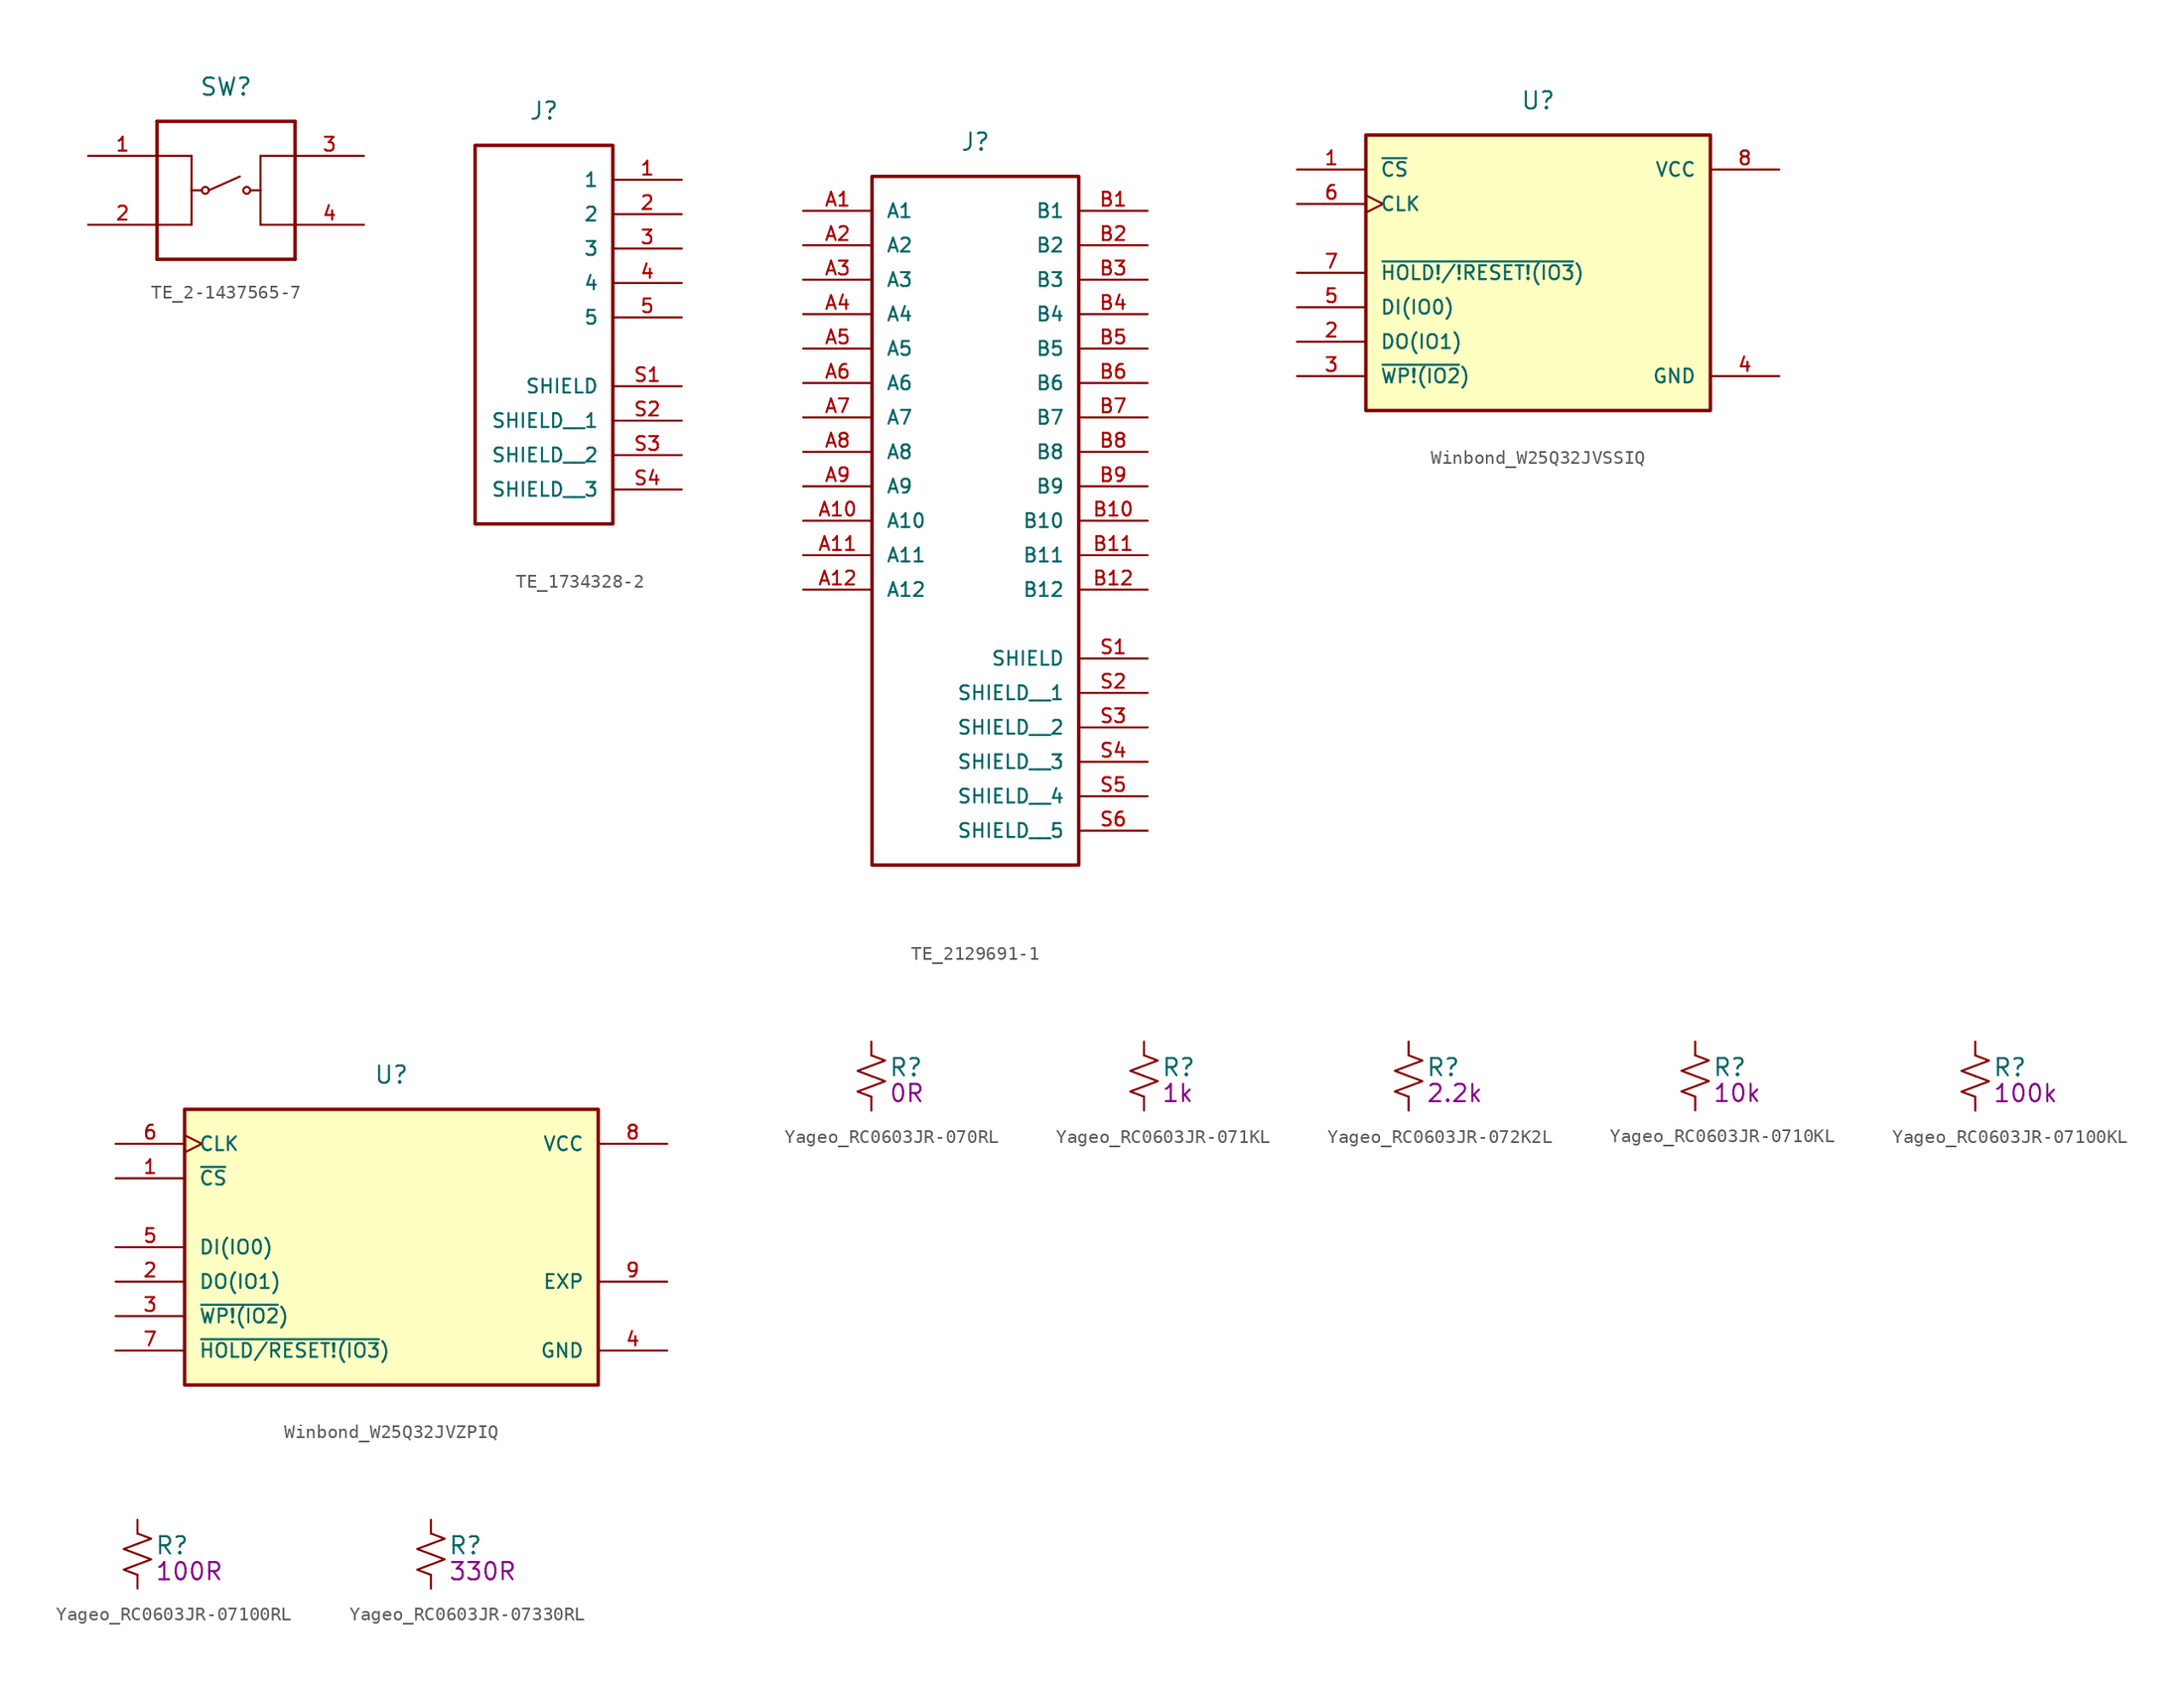
<source format=kicad_sym>
(kicad_symbol_lib
  (version 20201005)
  (generator kicad_symbol_editor)
  (symbol "Flying_Camp_Design:TE_2-1437565-7"
    (pin_names
      (offset 1.016) hide)
    (property "Reference" "SW"
      (at 0 7.62 0)
      (effects (font (size 1.27 1.27))))
    (symbol "TE_2-1437565-7_0_0"
      (circle (center -1.524 0) (radius 0.254) (stroke (width 0.152)) (fill (type none)))
      (circle (center 1.524 0) (radius 0.254) (stroke (width 0.152)) (fill (type none)))
      (polyline (pts (xy -5.08 -5.08) (xy -5.08 -2.54)) (stroke (width 0.254)) (fill (type none)))
      (polyline (pts (xy -5.08 -2.54) (xy -5.08 2.54)) (stroke (width 0.254)) (fill (type none)))
      (polyline (pts (xy -5.08 2.54) (xy -5.08 5.08)) (stroke (width 0.254)) (fill (type none)))
      (polyline (pts (xy -5.08 2.54) (xy -2.54 2.54)) (stroke (width 0.152)) (fill (type none)))
      (polyline (pts (xy -5.08 5.08) (xy 5.08 5.08)) (stroke (width 0.254)) (fill (type none)))
      (polyline (pts (xy -2.54 -2.54) (xy -5.08 -2.54)) (stroke (width 0.152)) (fill (type none)))
      (polyline (pts (xy -2.54 0) (xy -2.54 -2.54)) (stroke (width 0.152)) (fill (type none)))
      (polyline (pts (xy -2.54 0) (xy -1.778 0)) (stroke (width 0.152)) (fill (type none)))
      (polyline (pts (xy -2.54 2.54) (xy -2.54 0)) (stroke (width 0.152)) (fill (type none)))
      (polyline (pts (xy -1.27 0) (xy 1.016 1.016)) (stroke (width 0.152)) (fill (type none)))
      (polyline (pts (xy 2.54 -2.54) (xy 5.08 -2.54)) (stroke (width 0.152)) (fill (type none)))
      (polyline (pts (xy 2.54 0) (xy 1.778 0)) (stroke (width 0.152)) (fill (type none)))
      (polyline (pts (xy 2.54 0) (xy 2.54 -2.54)) (stroke (width 0.152)) (fill (type none)))
      (polyline (pts (xy 2.54 2.54) (xy 2.54 0)) (stroke (width 0.152)) (fill (type none)))
      (polyline (pts (xy 5.08 -5.08) (xy -5.08 -5.08)) (stroke (width 0.254)) (fill (type none)))
      (polyline (pts (xy 5.08 -2.54) (xy 5.08 -5.08)) (stroke (width 0.254)) (fill (type none)))
      (polyline (pts (xy 5.08 2.54) (xy 2.54 2.54)) (stroke (width 0.152)) (fill (type none)))
      (polyline (pts (xy 5.08 2.54) (xy 5.08 -2.54)) (stroke (width 0.254)) (fill (type none)))
      (polyline (pts (xy 5.08 5.08) (xy 5.08 2.54)) (stroke (width 0.254)) (fill (type none)))
      (pin passive line (at -10.16 2.54 0) (length 5.08) (name "1" (effects (font (size 1.016 1.016)))) (number "1" (effects (font (size 1.016 1.016)))))
      (pin passive line (at -10.16 -2.54 0) (length 5.08) (name "2" (effects (font (size 1.016 1.016)))) (number "2" (effects (font (size 1.016 1.016)))))
      (pin passive line (at 10.16 2.54 180) (length 5.08) (name "3" (effects (font (size 1.016 1.016)))) (number "3" (effects (font (size 1.016 1.016)))))
      (pin passive line (at 10.16 -2.54 180) (length 5.08) (name "4" (effects (font (size 1.016 1.016)))) (number "4" (effects (font (size 1.016 1.016)))))))
  (symbol "Flying_Camp_Design:TE_1734328-2"
    (pin_names
      (offset 1.016))
    (property "Reference" "J"
      (at 0 12.7 0)
      (effects (font (size 1.27 1.27))))
    (symbol "TE_1734328-2_0_0"
      (pin passive line (at 10.16 7.62 180) (length 5.08) (name "1" (effects (font (size 1.016 1.016)))) (number "1" (effects (font (size 1.016 1.016)))))
      (pin passive line (at 10.16 5.08 180) (length 5.08) (name "2" (effects (font (size 1.016 1.016)))) (number "2" (effects (font (size 1.016 1.016)))))
      (pin passive line (at 10.16 2.54 180) (length 5.08) (name "3" (effects (font (size 1.016 1.016)))) (number "3" (effects (font (size 1.016 1.016)))))
      (pin passive line (at 10.16 0 180) (length 5.08) (name "4" (effects (font (size 1.016 1.016)))) (number "4" (effects (font (size 1.016 1.016)))))
      (pin passive line (at 10.16 -2.54 180) (length 5.08) (name "5" (effects (font (size 1.016 1.016)))) (number "5" (effects (font (size 1.016 1.016)))))
      (pin passive line (at 10.16 -7.62 180) (length 5.08) (name "SHIELD" (effects (font (size 1.016 1.016)))) (number "S1" (effects (font (size 1.016 1.016)))))
      (pin passive line (at 10.16 -10.16 180) (length 5.08) (name "SHIELD__1" (effects (font (size 1.016 1.016)))) (number "S2" (effects (font (size 1.016 1.016)))))
      (pin passive line (at 10.16 -12.7 180) (length 5.08) (name "SHIELD__2" (effects (font (size 1.016 1.016)))) (number "S3" (effects (font (size 1.016 1.016)))))
      (pin passive line (at 10.16 -15.24 180) (length 5.08) (name "SHIELD__3" (effects (font (size 1.016 1.016)))) (number "S4" (effects (font (size 1.016 1.016))))))
    (symbol "TE_1734328-2_0_1"
      (rectangle (start -5.08 10.16) (end 5.08 -17.78) (stroke (width 0.254)) (fill (type none)))))
  (symbol "Flying_Camp_Design:TE_2129691-1"
    (pin_names
      (offset 1.016))
    (property "Reference" "J"
      (at 0 22.86 0)
      (effects (font (size 1.27 1.27))))
    (symbol "TE_2129691-1_0_0"
      (pin passive line (at -12.7 17.78 0) (length 5.08) (name "A1" (effects (font (size 1.016 1.016)))) (number "A1" (effects (font (size 1.016 1.016)))))
      (pin passive line (at -12.7 -5.08 0) (length 5.08) (name "A10" (effects (font (size 1.016 1.016)))) (number "A10" (effects (font (size 1.016 1.016)))))
      (pin passive line (at -12.7 -7.62 0) (length 5.08) (name "A11" (effects (font (size 1.016 1.016)))) (number "A11" (effects (font (size 1.016 1.016)))))
      (pin passive line (at -12.7 -10.16 0) (length 5.08) (name "A12" (effects (font (size 1.016 1.016)))) (number "A12" (effects (font (size 1.016 1.016)))))
      (pin passive line (at -12.7 15.24 0) (length 5.08) (name "A2" (effects (font (size 1.016 1.016)))) (number "A2" (effects (font (size 1.016 1.016)))))
      (pin passive line (at -12.7 12.7 0) (length 5.08) (name "A3" (effects (font (size 1.016 1.016)))) (number "A3" (effects (font (size 1.016 1.016)))))
      (pin passive line (at -12.7 10.16 0) (length 5.08) (name "A4" (effects (font (size 1.016 1.016)))) (number "A4" (effects (font (size 1.016 1.016)))))
      (pin passive line (at -12.7 7.62 0) (length 5.08) (name "A5" (effects (font (size 1.016 1.016)))) (number "A5" (effects (font (size 1.016 1.016)))))
      (pin passive line (at -12.7 5.08 0) (length 5.08) (name "A6" (effects (font (size 1.016 1.016)))) (number "A6" (effects (font (size 1.016 1.016)))))
      (pin passive line (at -12.7 2.54 0) (length 5.08) (name "A7" (effects (font (size 1.016 1.016)))) (number "A7" (effects (font (size 1.016 1.016)))))
      (pin passive line (at -12.7 0 0) (length 5.08) (name "A8" (effects (font (size 1.016 1.016)))) (number "A8" (effects (font (size 1.016 1.016)))))
      (pin passive line (at -12.7 -2.54 0) (length 5.08) (name "A9" (effects (font (size 1.016 1.016)))) (number "A9" (effects (font (size 1.016 1.016)))))
      (pin passive line (at 12.7 17.78 180) (length 5.08) (name "B1" (effects (font (size 1.016 1.016)))) (number "B1" (effects (font (size 1.016 1.016)))))
      (pin passive line (at 12.7 -5.08 180) (length 5.08) (name "B10" (effects (font (size 1.016 1.016)))) (number "B10" (effects (font (size 1.016 1.016)))))
      (pin passive line (at 12.7 -7.62 180) (length 5.08) (name "B11" (effects (font (size 1.016 1.016)))) (number "B11" (effects (font (size 1.016 1.016)))))
      (pin passive line (at 12.7 -10.16 180) (length 5.08) (name "B12" (effects (font (size 1.016 1.016)))) (number "B12" (effects (font (size 1.016 1.016)))))
      (pin passive line (at 12.7 15.24 180) (length 5.08) (name "B2" (effects (font (size 1.016 1.016)))) (number "B2" (effects (font (size 1.016 1.016)))))
      (pin passive line (at 12.7 12.7 180) (length 5.08) (name "B3" (effects (font (size 1.016 1.016)))) (number "B3" (effects (font (size 1.016 1.016)))))
      (pin passive line (at 12.7 10.16 180) (length 5.08) (name "B4" (effects (font (size 1.016 1.016)))) (number "B4" (effects (font (size 1.016 1.016)))))
      (pin passive line (at 12.7 7.62 180) (length 5.08) (name "B5" (effects (font (size 1.016 1.016)))) (number "B5" (effects (font (size 1.016 1.016)))))
      (pin passive line (at 12.7 5.08 180) (length 5.08) (name "B6" (effects (font (size 1.016 1.016)))) (number "B6" (effects (font (size 1.016 1.016)))))
      (pin passive line (at 12.7 2.54 180) (length 5.08) (name "B7" (effects (font (size 1.016 1.016)))) (number "B7" (effects (font (size 1.016 1.016)))))
      (pin passive line (at 12.7 0 180) (length 5.08) (name "B8" (effects (font (size 1.016 1.016)))) (number "B8" (effects (font (size 1.016 1.016)))))
      (pin passive line (at 12.7 -2.54 180) (length 5.08) (name "B9" (effects (font (size 1.016 1.016)))) (number "B9" (effects (font (size 1.016 1.016)))))
      (pin passive line (at 12.7 -15.24 180) (length 5.08) (name "SHIELD" (effects (font (size 1.016 1.016)))) (number "S1" (effects (font (size 1.016 1.016)))))
      (pin passive line (at 12.7 -17.78 180) (length 5.08) (name "SHIELD__1" (effects (font (size 1.016 1.016)))) (number "S2" (effects (font (size 1.016 1.016)))))
      (pin passive line (at 12.7 -20.32 180) (length 5.08) (name "SHIELD__2" (effects (font (size 1.016 1.016)))) (number "S3" (effects (font (size 1.016 1.016)))))
      (pin passive line (at 12.7 -22.86 180) (length 5.08) (name "SHIELD__3" (effects (font (size 1.016 1.016)))) (number "S4" (effects (font (size 1.016 1.016)))))
      (pin passive line (at 12.7 -25.4 180) (length 5.08) (name "SHIELD__4" (effects (font (size 1.016 1.016)))) (number "S5" (effects (font (size 1.016 1.016)))))
      (pin passive line (at 12.7 -27.94 180) (length 5.08) (name "SHIELD__5" (effects (font (size 1.016 1.016)))) (number "S6" (effects (font (size 1.016 1.016))))))
    (symbol "TE_2129691-1_0_1"
      (rectangle (start -7.62 20.32) (end 7.62 -30.48) (stroke (width 0.254)) (fill (type none)))))
  (symbol "Flying_Camp_Design:Winbond_W25Q32JVSSIQ"
    (pin_names
      (offset 1.016))
    (property "Reference" "U"
      (at 0 12.7 0)
      (effects (font (size 1.27 1.27))))
    (symbol "Winbond_W25Q32JVSSIQ_0_0"
      (pin input line (at -17.78 7.62 0) (length 5.08) (name "~CS~" (effects (font (size 1.016 1.016)))) (number "1" (effects (font (size 1.016 1.016)))))
      (pin bidirectional line (at -17.78 -5.08 0) (length 5.08) (name "DO(IO1)" (effects (font (size 1.016 1.016)))) (number "2" (effects (font (size 1.016 1.016)))))
      (pin bidirectional line (at -17.78 -7.62 0) (length 5.08) (name "~WP!(IO2)~" (effects (font (size 1.016 1.016)))) (number "3" (effects (font (size 1.016 1.016)))))
      (pin power_in line (at 17.78 -7.62 180) (length 5.08) (name "GND" (effects (font (size 1.016 1.016)))) (number "4" (effects (font (size 1.016 1.016)))))
      (pin bidirectional line (at -17.78 -2.54 0) (length 5.08) (name "DI(IO0)" (effects (font (size 1.016 1.016)))) (number "5" (effects (font (size 1.016 1.016)))))
      (pin input clock (at -17.78 5.08 0) (length 5.08) (name "CLK" (effects (font (size 1.016 1.016)))) (number "6" (effects (font (size 1.016 1.016)))))
      (pin bidirectional line (at -17.78 0 0) (length 5.08) (name "~HOLD!/!RESET!(IO3)~" (effects (font (size 1.016 1.016)))) (number "7" (effects (font (size 1.016 1.016)))))
      (pin power_in line (at 17.78 7.62 180) (length 5.08) (name "VCC" (effects (font (size 1.016 1.016)))) (number "8" (effects (font (size 1.016 1.016))))))
    (symbol "Winbond_W25Q32JVSSIQ_1_1"
      (rectangle (start -12.7 10.16) (end 12.7 -10.16) (stroke (width 0.254)) (fill (type background)))))
  (symbol "Flying_Camp_Design:Winbond_W25Q32JVZPIQ"
    (pin_names
      (offset 1.016))
    (property "Reference" "U"
      (at 0 12.7 0)
      (effects (font (size 1.27 1.27))))
    (symbol "Winbond_W25Q32JVZPIQ_0_0"
      (pin input line (at -20.32 5.08 0) (length 5.08) (name "~CS~" (effects (font (size 1.016 1.016)))) (number "1" (effects (font (size 1.016 1.016)))))
      (pin bidirectional line (at -20.32 -2.54 0) (length 5.08) (name "DO(IO1)" (effects (font (size 1.016 1.016)))) (number "2" (effects (font (size 1.016 1.016)))))
      (pin bidirectional line (at -20.32 -5.08 0) (length 5.08) (name "~WP!(IO2)~" (effects (font (size 1.016 1.016)))) (number "3" (effects (font (size 1.016 1.016)))))
      (pin power_in line (at 20.32 -7.62 180) (length 5.08) (name "GND" (effects (font (size 1.016 1.016)))) (number "4" (effects (font (size 1.016 1.016)))))
      (pin bidirectional line (at -20.32 0 0) (length 5.08) (name "DI(IO0)" (effects (font (size 1.016 1.016)))) (number "5" (effects (font (size 1.016 1.016)))))
      (pin input clock (at -20.32 7.62 0) (length 5.08) (name "CLK" (effects (font (size 1.016 1.016)))) (number "6" (effects (font (size 1.016 1.016)))))
      (pin bidirectional line (at -20.32 -7.62 0) (length 5.08) (name "~HOLD/RESET!(IO3)~" (effects (font (size 1.016 1.016)))) (number "7" (effects (font (size 1.016 1.016)))))
      (pin power_in line (at 20.32 7.62 180) (length 5.08) (name "VCC" (effects (font (size 1.016 1.016)))) (number "8" (effects (font (size 1.016 1.016)))))
      (pin passive line (at 20.32 -2.54 180) (length 5.08) (name "EXP" (effects (font (size 1.016 1.016)))) (number "9" (effects (font (size 1.016 1.016))))))
    (symbol "Winbond_W25Q32JVZPIQ_1_1"
      (rectangle (start -15.24 10.16) (end 15.24 -10.16) (stroke (width 0.254)) (fill (type background)))))
  (symbol "Flying_Camp_Design:Yageo_RC0603JR-070RL"
    (pin_numbers hide)
    (pin_names
      (offset 0.254) hide)
    (property "Reference" "R"
      (at 1.27 0.635 0)
      (effects (font (size 1.27 1.27)) (justify left)))
    (property "Resistance" "0R"
      (at 1.27 -1.27 0)
      (effects (font (size 1.27 1.27)) (justify left)))
    (symbol "Yageo_RC0603JR-070RL_1_1"
      (polyline (pts (xy 0 0) (xy 1.016 -0.381) (xy 0 -0.762) (xy -1.016 -1.143) (xy 0 -1.524)) (stroke (width 0)) (fill (type none)))
      (polyline (pts (xy 0 1.524) (xy 1.016 1.143) (xy 0 0.762) (xy -1.016 0.381) (xy 0 0)) (stroke (width 0)) (fill (type none)))
      (pin passive line (at 0 2.54 270) (length 1.016) (name "~" (effects (font (size 1.27 1.27)))) (number "1" (effects (font (size 1.27 1.27)))))
      (pin passive line (at 0 -2.54 90) (length 1.016) (name "~" (effects (font (size 1.27 1.27)))) (number "2" (effects (font (size 1.27 1.27)))))))
  (symbol "Flying_Camp_Design:Yageo_RC0603JR-071KL"
    (pin_numbers hide)
    (pin_names
      (offset 0.254) hide)
    (property "Reference" "R"
      (at 1.27 0.635 0)
      (effects (font (size 1.27 1.27)) (justify left)))
    (property "Resistance" "1k"
      (at 1.27 -1.27 0)
      (effects (font (size 1.27 1.27)) (justify left)))
    (symbol "Yageo_RC0603JR-071KL_1_1"
      (polyline (pts (xy 0 0) (xy 1.016 -0.381) (xy 0 -0.762) (xy -1.016 -1.143) (xy 0 -1.524)) (stroke (width 0)) (fill (type none)))
      (polyline (pts (xy 0 1.524) (xy 1.016 1.143) (xy 0 0.762) (xy -1.016 0.381) (xy 0 0)) (stroke (width 0)) (fill (type none)))
      (pin passive line (at 0 2.54 270) (length 1.016) (name "~" (effects (font (size 1.27 1.27)))) (number "1" (effects (font (size 1.27 1.27)))))
      (pin passive line (at 0 -2.54 90) (length 1.016) (name "~" (effects (font (size 1.27 1.27)))) (number "2" (effects (font (size 1.27 1.27)))))))
  (symbol "Flying_Camp_Design:Yageo_RC0603JR-072K2L"
    (pin_numbers hide)
    (pin_names
      (offset 0.254) hide)
    (property "Reference" "R"
      (at 1.27 0.635 0)
      (effects (font (size 1.27 1.27)) (justify left)))
    (property "Resistance" "2.2k"
      (at 1.27 -1.27 0)
      (effects (font (size 1.27 1.27)) (justify left)))
    (symbol "Yageo_RC0603JR-072K2L_1_1"
      (polyline (pts (xy 0 0) (xy 1.016 -0.381) (xy 0 -0.762) (xy -1.016 -1.143) (xy 0 -1.524)) (stroke (width 0)) (fill (type none)))
      (polyline (pts (xy 0 1.524) (xy 1.016 1.143) (xy 0 0.762) (xy -1.016 0.381) (xy 0 0)) (stroke (width 0)) (fill (type none)))
      (pin passive line (at 0 2.54 270) (length 1.016) (name "~" (effects (font (size 1.27 1.27)))) (number "1" (effects (font (size 1.27 1.27)))))
      (pin passive line (at 0 -2.54 90) (length 1.016) (name "~" (effects (font (size 1.27 1.27)))) (number "2" (effects (font (size 1.27 1.27)))))))
  (symbol "Flying_Camp_Design:Yageo_RC0603JR-0710KL"
    (pin_numbers hide)
    (pin_names
      (offset 0.254) hide)
    (property "Reference" "R"
      (at 1.27 0.635 0)
      (effects (font (size 1.27 1.27)) (justify left)))
    (property "Resistance" "10k"
      (at 1.27 -1.27 0)
      (effects (font (size 1.27 1.27)) (justify left)))
    (symbol "Yageo_RC0603JR-0710KL_1_1"
      (polyline (pts (xy 0 0) (xy 1.016 -0.381) (xy 0 -0.762) (xy -1.016 -1.143) (xy 0 -1.524)) (stroke (width 0)) (fill (type none)))
      (polyline (pts (xy 0 1.524) (xy 1.016 1.143) (xy 0 0.762) (xy -1.016 0.381) (xy 0 0)) (stroke (width 0)) (fill (type none)))
      (pin passive line (at 0 2.54 270) (length 1.016) (name "~" (effects (font (size 1.27 1.27)))) (number "1" (effects (font (size 1.27 1.27)))))
      (pin passive line (at 0 -2.54 90) (length 1.016) (name "~" (effects (font (size 1.27 1.27)))) (number "2" (effects (font (size 1.27 1.27)))))))
  (symbol "Flying_Camp_Design:Yageo_RC0603JR-07100KL"
    (pin_numbers hide)
    (pin_names
      (offset 0.254) hide)
    (property "Reference" "R"
      (at 1.27 0.635 0)
      (effects (font (size 1.27 1.27)) (justify left)))
    (property "Resistance" "100k"
      (at 1.27 -1.27 0)
      (effects (font (size 1.27 1.27)) (justify left)))
    (symbol "Yageo_RC0603JR-07100KL_1_1"
      (polyline (pts (xy 0 0) (xy 1.016 -0.381) (xy 0 -0.762) (xy -1.016 -1.143) (xy 0 -1.524)) (stroke (width 0)) (fill (type none)))
      (polyline (pts (xy 0 1.524) (xy 1.016 1.143) (xy 0 0.762) (xy -1.016 0.381) (xy 0 0)) (stroke (width 0)) (fill (type none)))
      (pin passive line (at 0 2.54 270) (length 1.016) (name "~" (effects (font (size 1.27 1.27)))) (number "1" (effects (font (size 1.27 1.27)))))
      (pin passive line (at 0 -2.54 90) (length 1.016) (name "~" (effects (font (size 1.27 1.27)))) (number "2" (effects (font (size 1.27 1.27)))))))
  (symbol "Flying_Camp_Design:Yageo_RC0603JR-07100RL"
    (pin_numbers hide)
    (pin_names
      (offset 0.254) hide)
    (property "Reference" "R"
      (at 1.27 0.635 0)
      (effects (font (size 1.27 1.27)) (justify left)))
    (property "Resistance" "100R"
      (at 1.27 -1.27 0)
      (effects (font (size 1.27 1.27)) (justify left)))
    (symbol "Yageo_RC0603JR-07100RL_1_1"
      (polyline (pts (xy 0 0) (xy 1.016 -0.381) (xy 0 -0.762) (xy -1.016 -1.143) (xy 0 -1.524)) (stroke (width 0)) (fill (type none)))
      (polyline (pts (xy 0 1.524) (xy 1.016 1.143) (xy 0 0.762) (xy -1.016 0.381) (xy 0 0)) (stroke (width 0)) (fill (type none)))
      (pin passive line (at 0 2.54 270) (length 1.016) (name "~" (effects (font (size 1.27 1.27)))) (number "1" (effects (font (size 1.27 1.27)))))
      (pin passive line (at 0 -2.54 90) (length 1.016) (name "~" (effects (font (size 1.27 1.27)))) (number "2" (effects (font (size 1.27 1.27)))))))
  (symbol "Flying_Camp_Design:Yageo_RC0603JR-07330RL"
    (pin_numbers hide)
    (pin_names
      (offset 0.254) hide)
    (property "Reference" "R"
      (at 1.27 0.635 0)
      (effects (font (size 1.27 1.27)) (justify left)))
    (property "Resistance" "330R"
      (at 1.27 -1.27 0)
      (effects (font (size 1.27 1.27)) (justify left)))
    (symbol "Yageo_RC0603JR-07330RL_1_1"
      (polyline (pts (xy 0 0) (xy 1.016 -0.381) (xy 0 -0.762) (xy -1.016 -1.143) (xy 0 -1.524)) (stroke (width 0)) (fill (type none)))
      (polyline (pts (xy 0 1.524) (xy 1.016 1.143) (xy 0 0.762) (xy -1.016 0.381) (xy 0 0)) (stroke (width 0)) (fill (type none)))
      (pin passive line (at 0 2.54 270) (length 1.016) (name "~" (effects (font (size 1.27 1.27)))) (number "1" (effects (font (size 1.27 1.27)))))
      (pin passive line (at 0 -2.54 90) (length 1.016) (name "~" (effects (font (size 1.27 1.27)))) (number "2" (effects (font (size 1.27 1.27))))))))
</source>
